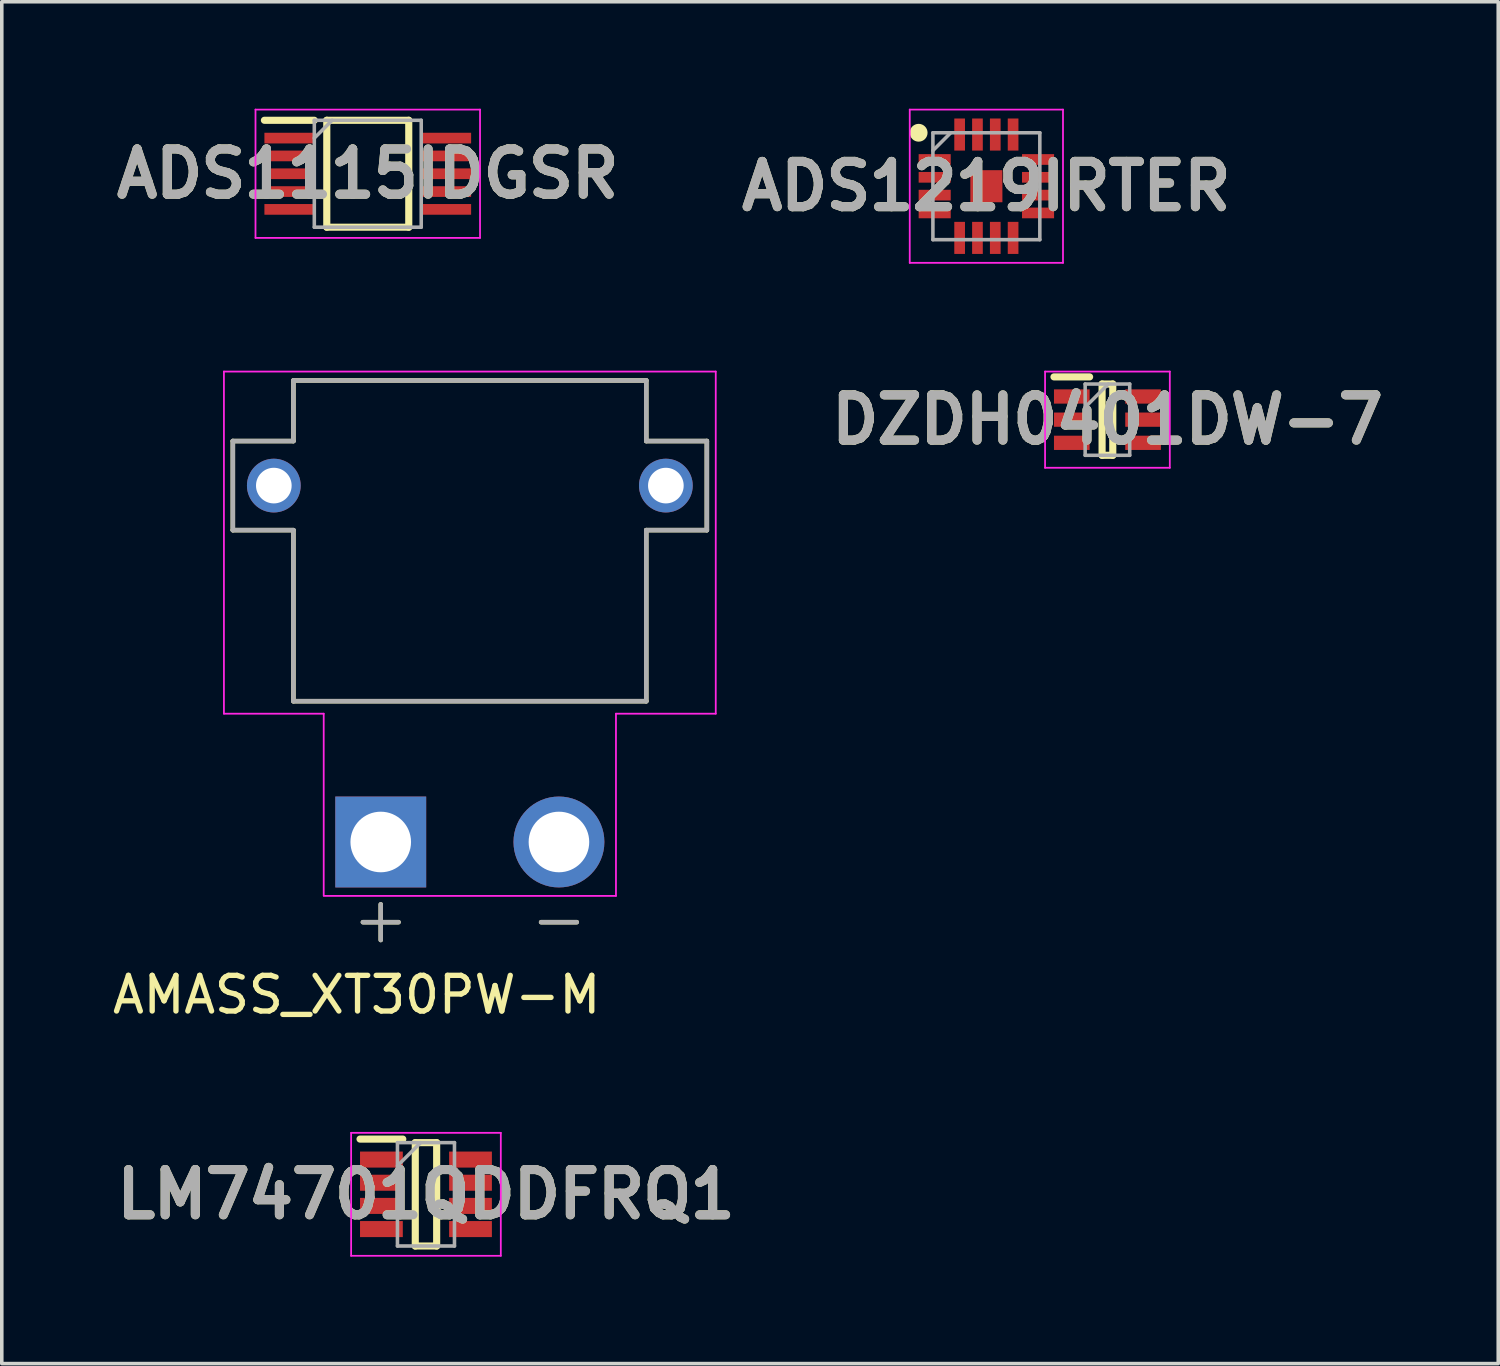
<source format=kicad_pcb>
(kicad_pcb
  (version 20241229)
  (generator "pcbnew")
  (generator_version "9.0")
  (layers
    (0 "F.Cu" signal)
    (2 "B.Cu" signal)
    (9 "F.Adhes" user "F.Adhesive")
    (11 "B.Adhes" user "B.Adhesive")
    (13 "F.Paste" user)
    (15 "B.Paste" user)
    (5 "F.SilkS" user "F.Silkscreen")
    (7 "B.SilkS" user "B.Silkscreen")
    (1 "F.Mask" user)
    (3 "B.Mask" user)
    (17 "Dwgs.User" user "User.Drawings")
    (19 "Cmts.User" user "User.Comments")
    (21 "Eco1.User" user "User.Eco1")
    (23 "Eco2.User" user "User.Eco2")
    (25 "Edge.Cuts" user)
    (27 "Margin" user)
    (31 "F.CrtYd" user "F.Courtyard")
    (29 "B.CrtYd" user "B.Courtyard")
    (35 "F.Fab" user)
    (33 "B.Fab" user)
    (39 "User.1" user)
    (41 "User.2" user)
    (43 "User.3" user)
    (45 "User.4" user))
  (footprint "ADS1219IRTER"
    (layer "F.Cu")
    (at 24.626 2.175)
    (property "Reference" "ADS1219IRTER" (at 0 0 0) (layer "F.SilkS") (effects (font (size 1.27 1.27) (thickness 0.254))))
    (attr smd)
    (fp_circle (center -1.9 -1.5) (end -1.9 -1.375) (stroke (width 0.25) (type solid)) (fill no) (layer "F.SilkS"))
    (fp_line (start -2.15 -2.15) (end 2.15 -2.15) (stroke (width 0.05) (type solid)) (layer "F.CrtYd"))
    (fp_line (start -2.15 2.15) (end -2.15 -2.15) (stroke (width 0.05) (type solid)) (layer "F.CrtYd"))
    (fp_line (start 2.15 -2.15) (end 2.15 2.15) (stroke (width 0.05) (type solid)) (layer "F.CrtYd"))
    (fp_line (start 2.15 2.15) (end -2.15 2.15) (stroke (width 0.05) (type solid)) (layer "F.CrtYd"))
    (fp_line (start -1.5 -1.5) (end 1.5 -1.5) (stroke (width 0.1) (type solid)) (layer "F.Fab"))
    (fp_line (start -1.5 -1) (end -1 -1.5) (stroke (width 0.1) (type solid)) (layer "F.Fab"))
    (fp_line (start -1.5 1.5) (end -1.5 -1.5) (stroke (width 0.1) (type solid)) (layer "F.Fab"))
    (fp_line (start 1.5 -1.5) (end 1.5 1.5) (stroke (width 0.1) (type solid)) (layer "F.Fab"))
    (fp_line (start 1.5 1.5) (end -1.5 1.5) (stroke (width 0.1) (type solid)) (layer "F.Fab"))
    (fp_text user "${REFERENCE}" (at 0 0 0) (layer "F.Fab") (effects (font (size 1.27 1.27) (thickness 0.254))))
    (pad "1" smd rect (at -1.45 -0.75 90) (size 0.3 0.9) (layers "F.Cu" "F.Mask" "F.Paste"))
    (pad "2" smd rect (at -1.45 -0.25 90) (size 0.3 0.9) (layers "F.Cu" "F.Mask" "F.Paste"))
    (pad "3" smd rect (at -1.45 0.25 90) (size 0.3 0.9) (layers "F.Cu" "F.Mask" "F.Paste"))
    (pad "4" smd rect (at -1.45 0.75 90) (size 0.3 0.9) (layers "F.Cu" "F.Mask" "F.Paste"))
    (pad "5" smd rect (at -0.75 1.45) (size 0.3 0.9) (layers "F.Cu" "F.Mask" "F.Paste"))
    (pad "6" smd rect (at -0.25 1.45) (size 0.3 0.9) (layers "F.Cu" "F.Mask" "F.Paste"))
    (pad "7" smd rect (at 0.25 1.45) (size 0.3 0.9) (layers "F.Cu" "F.Mask" "F.Paste"))
    (pad "8" smd rect (at 0.75 1.45) (size 0.3 0.9) (layers "F.Cu" "F.Mask" "F.Paste"))
    (pad "9" smd rect (at 1.45 0.75 90) (size 0.3 0.9) (layers "F.Cu" "F.Mask" "F.Paste"))
    (pad "10" smd rect (at 1.45 0.25 90) (size 0.3 0.9) (layers "F.Cu" "F.Mask" "F.Paste"))
    (pad "11" smd rect (at 1.45 -0.25 90) (size 0.3 0.9) (layers "F.Cu" "F.Mask" "F.Paste"))
    (pad "12" smd rect (at 1.45 -0.75 90) (size 0.3 0.9) (layers "F.Cu" "F.Mask" "F.Paste"))
    (pad "13" smd rect (at 0.75 -1.45) (size 0.3 0.9) (layers "F.Cu" "F.Mask" "F.Paste"))
    (pad "14" smd rect (at 0.25 -1.45) (size 0.3 0.9) (layers "F.Cu" "F.Mask" "F.Paste"))
    (pad "15" smd rect (at -0.25 -1.45) (size 0.3 0.9) (layers "F.Cu" "F.Mask" "F.Paste"))
    (pad "16" smd rect (at -0.75 -1.45) (size 0.3 0.9) (layers "F.Cu" "F.Mask" "F.Paste"))
    (pad "17" smd rect (at 0 0) (size 0.9 0.9) (layers "F.Cu" "F.Mask" "F.Paste")))
  (footprint "ADS1115IDGSR"
    (layer "F.Cu")
    (at 7.269 1.825)
    (property "Reference" "ADS1115IDGSR" (at 0 0 0) (layer "F.SilkS") (effects (font (size 1.27 1.27) (thickness 0.254))))
    (attr smd)
    (fp_line (start -2.9 -1.5) (end -1.5 -1.5) (stroke (width 0.2) (type solid)) (layer "F.SilkS"))
    (fp_line (start -1.15 -1.5) (end 1.15 -1.5) (stroke (width 0.2) (type solid)) (layer "F.SilkS"))
    (fp_line (start -1.15 1.5) (end -1.15 -1.5) (stroke (width 0.2) (type solid)) (layer "F.SilkS"))
    (fp_line (start 1.15 -1.5) (end 1.15 1.5) (stroke (width 0.2) (type solid)) (layer "F.SilkS"))
    (fp_line (start 1.15 1.5) (end -1.15 1.5) (stroke (width 0.2) (type solid)) (layer "F.SilkS"))
    (fp_line (start -3.15 -1.8) (end 3.15 -1.8) (stroke (width 0.05) (type solid)) (layer "F.CrtYd"))
    (fp_line (start -3.15 1.8) (end -3.15 -1.8) (stroke (width 0.05) (type solid)) (layer "F.CrtYd"))
    (fp_line (start 3.15 -1.8) (end 3.15 1.8) (stroke (width 0.05) (type solid)) (layer "F.CrtYd"))
    (fp_line (start 3.15 1.8) (end -3.15 1.8) (stroke (width 0.05) (type solid)) (layer "F.CrtYd"))
    (fp_line (start -1.5 -1.5) (end 1.5 -1.5) (stroke (width 0.1) (type solid)) (layer "F.Fab"))
    (fp_line (start -1.5 -1) (end -1 -1.5) (stroke (width 0.1) (type solid)) (layer "F.Fab"))
    (fp_line (start -1.5 1.5) (end -1.5 -1.5) (stroke (width 0.1) (type solid)) (layer "F.Fab"))
    (fp_line (start 1.5 -1.5) (end 1.5 1.5) (stroke (width 0.1) (type solid)) (layer "F.Fab"))
    (fp_line (start 1.5 1.5) (end -1.5 1.5) (stroke (width 0.1) (type solid)) (layer "F.Fab"))
    (fp_text user "${REFERENCE}" (at 0 0 0) (layer "F.Fab") (effects (font (size 1.27 1.27) (thickness 0.254))))
    (pad "1" smd rect (at -2.2 -1 90) (size 0.3 1.4) (layers "F.Cu" "F.Mask" "F.Paste"))
    (pad "2" smd rect (at -2.2 -0.5 90) (size 0.3 1.4) (layers "F.Cu" "F.Mask" "F.Paste"))
    (pad "3" smd rect (at -2.2 0 90) (size 0.3 1.4) (layers "F.Cu" "F.Mask" "F.Paste"))
    (pad "4" smd rect (at -2.2 0.5 90) (size 0.3 1.4) (layers "F.Cu" "F.Mask" "F.Paste"))
    (pad "5" smd rect (at -2.2 1 90) (size 0.3 1.4) (layers "F.Cu" "F.Mask" "F.Paste"))
    (pad "6" smd rect (at 2.2 1 90) (size 0.3 1.4) (layers "F.Cu" "F.Mask" "F.Paste"))
    (pad "7" smd rect (at 2.2 0.5 90) (size 0.3 1.4) (layers "F.Cu" "F.Mask" "F.Paste"))
    (pad "8" smd rect (at 2.2 0 90) (size 0.3 1.4) (layers "F.Cu" "F.Mask" "F.Paste"))
    (pad "9" smd rect (at 2.2 -0.5 90) (size 0.3 1.4) (layers "F.Cu" "F.Mask" "F.Paste"))
    (pad "10" smd rect (at 2.2 -1 90) (size 0.3 1.4) (layers "F.Cu" "F.Mask" "F.Paste")))
  (footprint "AMASS_XT30PW-M"
    (layer "F.Cu")
    (at 10.133 10.575)
    (property "Reference" "AMASS_XT30PW-M" (at -3.175 14.287 0) (layer "F.SilkS") (effects (font (size 1 1) (thickness 0.15))))
    (attr through_hole)
    (fp_line (start -6.65 -1.25) (end -4.95 -1.25) (stroke (width 0.127) (type solid)) (layer "F.SilkS"))
    (fp_line (start -6.65 1.25) (end -6.65 -1.25) (stroke (width 0.127) (type solid)) (layer "F.SilkS"))
    (fp_line (start -4.95 -2.95) (end 4.95 -2.95) (stroke (width 0.127) (type solid)) (layer "F.SilkS"))
    (fp_line (start -4.95 -1.25) (end -4.95 -2.95) (stroke (width 0.127) (type solid)) (layer "F.SilkS"))
    (fp_line (start -4.95 1.25) (end -6.65 1.25) (stroke (width 0.127) (type solid)) (layer "F.SilkS"))
    (fp_line (start -4.95 6.05) (end -4.95 1.25) (stroke (width 0.127) (type solid)) (layer "F.SilkS"))
    (fp_line (start -3 12.25) (end -2 12.25) (stroke (width 0.127) (type solid)) (layer "F.SilkS"))
    (fp_line (start -2.5 12.75) (end -2.5 11.75) (stroke (width 0.127) (type solid)) (layer "F.SilkS"))
    (fp_line (start 2 12.25) (end 3 12.25) (stroke (width 0.127) (type solid)) (layer "F.SilkS"))
    (fp_line (start 4.95 -2.95) (end 4.95 -1.25) (stroke (width 0.127) (type solid)) (layer "F.SilkS"))
    (fp_line (start 4.95 -1.25) (end 6.65 -1.25) (stroke (width 0.127) (type solid)) (layer "F.SilkS"))
    (fp_line (start 4.95 1.25) (end 4.95 6.05) (stroke (width 0.127) (type solid)) (layer "F.SilkS"))
    (fp_line (start 4.95 6.05) (end -4.95 6.05) (stroke (width 0.127) (type solid)) (layer "F.SilkS"))
    (fp_line (start 6.65 -1.25) (end 6.65 1.25) (stroke (width 0.127) (type solid)) (layer "F.SilkS"))
    (fp_line (start 6.65 1.25) (end 4.95 1.25) (stroke (width 0.127) (type solid)) (layer "F.SilkS"))
    (fp_line (start -6.9 -3.2) (end -6.9 6.4) (stroke (width 0.05) (type solid)) (layer "F.CrtYd"))
    (fp_line (start -6.9 6.4) (end -4.1 6.4) (stroke (width 0.05) (type default)) (layer "F.CrtYd"))
    (fp_line (start -4.1 6.4) (end -4.1 11.5) (stroke (width 0.05) (type default)) (layer "F.CrtYd"))
    (fp_line (start -4.1 11.512) (end 4.1 11.512) (stroke (width 0.05) (type solid)) (layer "F.CrtYd"))
    (fp_line (start 4.1 6.4) (end 6.9 6.4) (stroke (width 0.05) (type default)) (layer "F.CrtYd"))
    (fp_line (start 4.1 11.512) (end 4.1 6.4) (stroke (width 0.05) (type default)) (layer "F.CrtYd"))
    (fp_line (start 6.9 -3.2) (end -6.9 -3.2) (stroke (width 0.05) (type solid)) (layer "F.CrtYd"))
    (fp_line (start 6.9 6.4) (end 6.9 -3.2) (stroke (width 0.05) (type solid)) (layer "F.CrtYd"))
    (fp_line (start -6.65 -1.25) (end -4.95 -1.25) (stroke (width 0.127) (type solid)) (layer "F.Fab"))
    (fp_line (start -6.65 1.25) (end -6.65 -1.25) (stroke (width 0.127) (type solid)) (layer "F.Fab"))
    (fp_line (start -4.95 -2.95) (end 4.95 -2.95) (stroke (width 0.127) (type solid)) (layer "F.Fab"))
    (fp_line (start -4.95 -1.25) (end -4.95 -2.95) (stroke (width 0.127) (type solid)) (layer "F.Fab"))
    (fp_line (start -4.95 1.25) (end -6.65 1.25) (stroke (width 0.127) (type solid)) (layer "F.Fab"))
    (fp_line (start -4.95 6.05) (end -4.95 1.25) (stroke (width 0.127) (type solid)) (layer "F.Fab"))
    (fp_line (start -3 12.25) (end -2 12.25) (stroke (width 0.127) (type solid)) (layer "F.Fab"))
    (fp_line (start -2.5 12.75) (end -2.5 11.75) (stroke (width 0.127) (type solid)) (layer "F.Fab"))
    (fp_line (start 2 12.25) (end 3 12.25) (stroke (width 0.127) (type solid)) (layer "F.Fab"))
    (fp_line (start 4.95 -2.95) (end 4.95 -1.25) (stroke (width 0.127) (type solid)) (layer "F.Fab"))
    (fp_line (start 4.95 -1.25) (end 6.65 -1.25) (stroke (width 0.127) (type solid)) (layer "F.Fab"))
    (fp_line (start 4.95 1.25) (end 4.95 6.05) (stroke (width 0.127) (type solid)) (layer "F.Fab"))
    (fp_line (start 4.95 6.05) (end -4.95 6.05) (stroke (width 0.127) (type solid)) (layer "F.Fab"))
    (fp_line (start 6.65 -1.25) (end 6.65 1.25) (stroke (width 0.127) (type solid)) (layer "F.Fab"))
    (fp_line (start 6.65 1.25) (end 4.95 1.25) (stroke (width 0.127) (type solid)) (layer "F.Fab"))
    (pad "N" thru_hole circle (at 2.5 10) (size 2.55 2.55) (drill 1.7) (layers "*.Cu" "*.Mask"))
    (pad "P" thru_hole rect (at -2.5 10) (size 2.55 2.55) (drill 1.7) (layers "*.Cu" "*.Mask"))
    (pad "S1" thru_hole circle (at 5.5 0) (size 1.508 1.508) (drill 1) (layers "*.Cu" "*.Mask"))
    (pad "S2" thru_hole circle (at -5.5 0) (size 1.508 1.508) (drill 1) (layers "*.Cu" "*.Mask")))
  (footprint "DZDH0401DW-7"
    (layer "F.Cu")
    (at 28.023 8.725)
    (property "Reference" "DZDH0401DW-7" (at 0 0 0) (layer "F.SilkS") (effects (font (size 1.27 1.27) (thickness 0.254))))
    (attr smd)
    (fp_line (start -1.5 -1.2) (end -0.5 -1.2) (stroke (width 0.2) (type solid)) (layer "F.SilkS"))
    (fp_line (start -0.15 -1) (end 0.15 -1) (stroke (width 0.2) (type solid)) (layer "F.SilkS"))
    (fp_line (start -0.15 1) (end -0.15 -1) (stroke (width 0.2) (type solid)) (layer "F.SilkS"))
    (fp_line (start 0.15 -1) (end 0.15 1) (stroke (width 0.2) (type solid)) (layer "F.SilkS"))
    (fp_line (start 0.15 1) (end -0.15 1) (stroke (width 0.2) (type solid)) (layer "F.SilkS"))
    (fp_line (start -1.75 -1.35) (end 1.75 -1.35) (stroke (width 0.05) (type solid)) (layer "F.CrtYd"))
    (fp_line (start -1.75 1.35) (end -1.75 -1.35) (stroke (width 0.05) (type solid)) (layer "F.CrtYd"))
    (fp_line (start 1.75 -1.35) (end 1.75 1.35) (stroke (width 0.05) (type solid)) (layer "F.CrtYd"))
    (fp_line (start 1.75 1.35) (end -1.75 1.35) (stroke (width 0.05) (type solid)) (layer "F.CrtYd"))
    (fp_line (start -0.625 -1) (end 0.625 -1) (stroke (width 0.1) (type solid)) (layer "F.Fab"))
    (fp_line (start -0.625 -0.35) (end 0.025 -1) (stroke (width 0.1) (type solid)) (layer "F.Fab"))
    (fp_line (start -0.625 1) (end -0.625 -1) (stroke (width 0.1) (type solid)) (layer "F.Fab"))
    (fp_line (start 0.625 -1) (end 0.625 1) (stroke (width 0.1) (type solid)) (layer "F.Fab"))
    (fp_line (start 0.625 1) (end -0.625 1) (stroke (width 0.1) (type solid)) (layer "F.Fab"))
    (fp_text user "${REFERENCE}" (at 0 0 0) (layer "F.Fab") (effects (font (size 1.27 1.27) (thickness 0.254))))
    (pad "1" smd rect (at -1 -0.65 90) (size 0.4 1) (layers "F.Cu" "F.Mask" "F.Paste"))
    (pad "2" smd rect (at -1 0 90) (size 0.4 1) (layers "F.Cu" "F.Mask" "F.Paste"))
    (pad "3" smd rect (at -1 0.65 90) (size 0.4 1) (layers "F.Cu" "F.Mask" "F.Paste"))
    (pad "4" smd rect (at 1 0.65 90) (size 0.4 1) (layers "F.Cu" "F.Mask" "F.Paste"))
    (pad "5" smd rect (at 1 0 90) (size 0.4 1) (layers "F.Cu" "F.Mask" "F.Paste"))
    (pad "6" smd rect (at 1 -0.65 90) (size 0.4 1) (layers "F.Cu" "F.Mask" "F.Paste")))
  (footprint "LM74701QDDFRQ1"
    (layer "F.Cu")
    (at 8.902 30.461)
    (property "Reference" "LM74701QDDFRQ1" (at 0 0 0) (layer "F.SilkS") (effects (font (size 1.27 1.27) (thickness 0.254))))
    (attr smd)
    (fp_line (start -1.85 -1.55) (end -0.65 -1.55) (stroke (width 0.2) (type solid)) (layer "F.SilkS"))
    (fp_line (start -0.3 -1.45) (end 0.3 -1.45) (stroke (width 0.2) (type solid)) (layer "F.SilkS"))
    (fp_line (start -0.3 1.45) (end -0.3 -1.45) (stroke (width 0.2) (type solid)) (layer "F.SilkS"))
    (fp_line (start 0.3 -1.45) (end 0.3 1.45) (stroke (width 0.2) (type solid)) (layer "F.SilkS"))
    (fp_line (start 0.3 1.45) (end -0.3 1.45) (stroke (width 0.2) (type solid)) (layer "F.SilkS"))
    (fp_line (start -2.1 -1.725) (end 2.1 -1.725) (stroke (width 0.05) (type solid)) (layer "F.CrtYd"))
    (fp_line (start -2.1 1.725) (end -2.1 -1.725) (stroke (width 0.05) (type solid)) (layer "F.CrtYd"))
    (fp_line (start 2.1 -1.725) (end 2.1 1.725) (stroke (width 0.05) (type solid)) (layer "F.CrtYd"))
    (fp_line (start 2.1 1.725) (end -2.1 1.725) (stroke (width 0.05) (type solid)) (layer "F.CrtYd"))
    (fp_line (start -0.8 -1.45) (end 0.8 -1.45) (stroke (width 0.1) (type solid)) (layer "F.Fab"))
    (fp_line (start -0.8 -0.8) (end -0.15 -1.45) (stroke (width 0.1) (type solid)) (layer "F.Fab"))
    (fp_line (start -0.8 1.45) (end -0.8 -1.45) (stroke (width 0.1) (type solid)) (layer "F.Fab"))
    (fp_line (start 0.8 -1.45) (end 0.8 1.45) (stroke (width 0.1) (type solid)) (layer "F.Fab"))
    (fp_line (start 0.8 1.45) (end -0.8 1.45) (stroke (width 0.1) (type solid)) (layer "F.Fab"))
    (fp_text user "${REFERENCE}" (at 0 0 0) (layer "F.Fab") (effects (font (size 1.27 1.27) (thickness 0.254))))
    (pad "1" smd rect (at -1.25 -0.975 90) (size 0.45 1.2) (layers "F.Cu" "F.Mask" "F.Paste"))
    (pad "2" smd rect (at -1.25 -0.325 90) (size 0.45 1.2) (layers "F.Cu" "F.Mask" "F.Paste"))
    (pad "3" smd rect (at -1.25 0.325 90) (size 0.45 1.2) (layers "F.Cu" "F.Mask" "F.Paste"))
    (pad "4" smd rect (at -1.25 0.975 90) (size 0.45 1.2) (layers "F.Cu" "F.Mask" "F.Paste"))
    (pad "5" smd rect (at 1.25 0.975 90) (size 0.45 1.2) (layers "F.Cu" "F.Mask" "F.Paste"))
    (pad "6" smd rect (at 1.25 0.325 90) (size 0.45 1.2) (layers "F.Cu" "F.Mask" "F.Paste"))
    (pad "7" smd rect (at 1.25 -0.325 90) (size 0.45 1.2) (layers "F.Cu" "F.Mask" "F.Paste"))
    (pad "8" smd rect (at 1.25 -0.975 90) (size 0.45 1.2) (layers "F.Cu" "F.Mask" "F.Paste")))
  (gr_rect
    (start -3 -3)
    (end 38.988 35.211)
    (stroke (width 0.1) (type default))
    (fill no)
    (layer "Edge.Cuts")))
</source>
